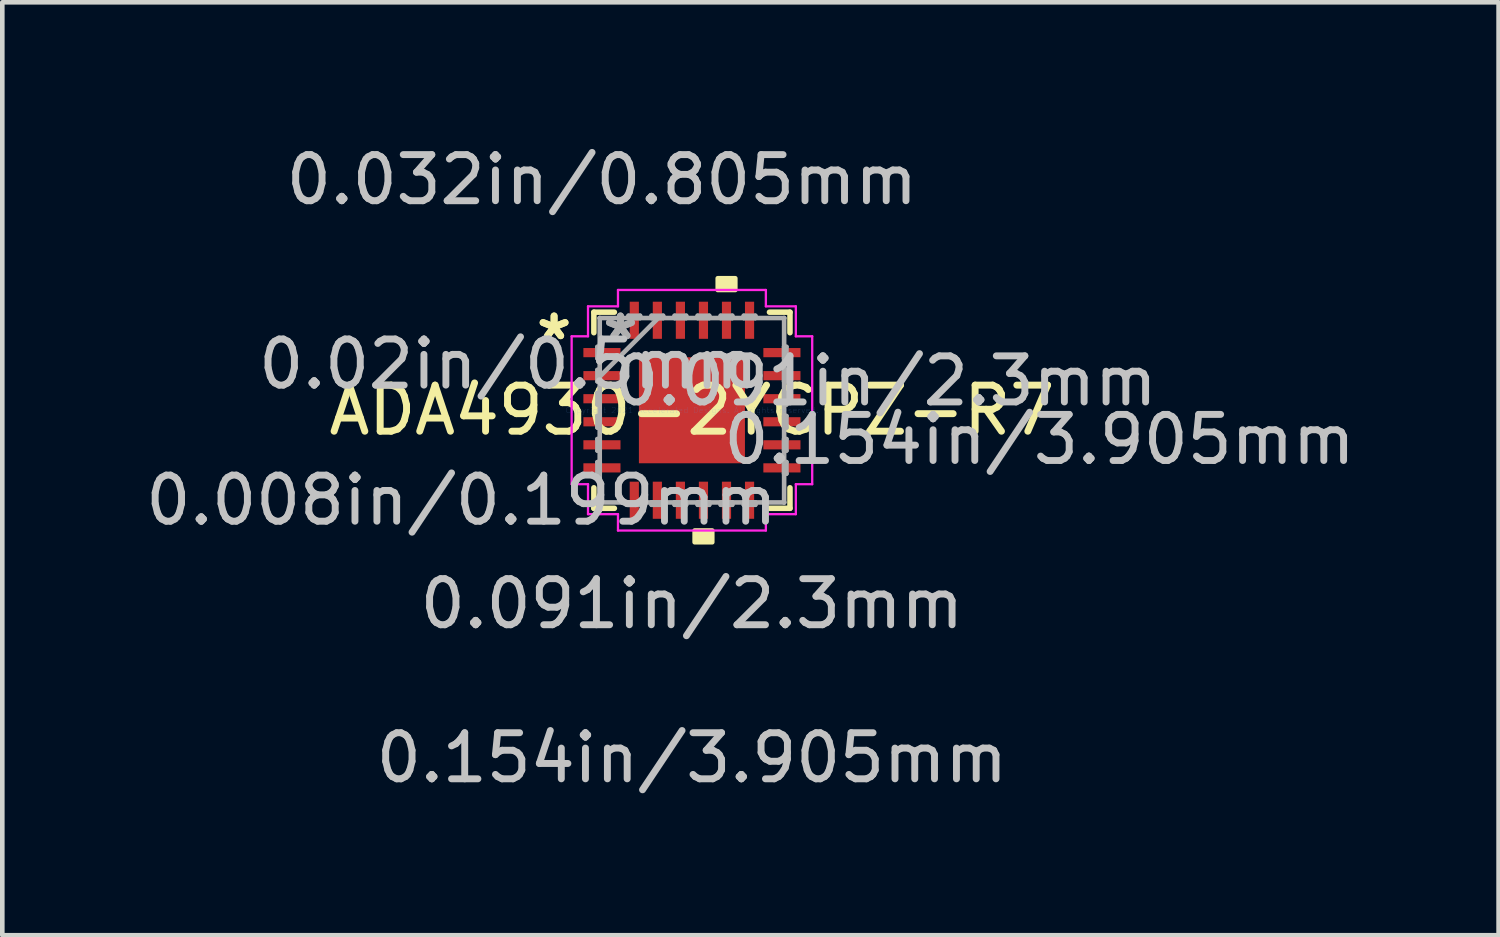
<source format=kicad_pcb>
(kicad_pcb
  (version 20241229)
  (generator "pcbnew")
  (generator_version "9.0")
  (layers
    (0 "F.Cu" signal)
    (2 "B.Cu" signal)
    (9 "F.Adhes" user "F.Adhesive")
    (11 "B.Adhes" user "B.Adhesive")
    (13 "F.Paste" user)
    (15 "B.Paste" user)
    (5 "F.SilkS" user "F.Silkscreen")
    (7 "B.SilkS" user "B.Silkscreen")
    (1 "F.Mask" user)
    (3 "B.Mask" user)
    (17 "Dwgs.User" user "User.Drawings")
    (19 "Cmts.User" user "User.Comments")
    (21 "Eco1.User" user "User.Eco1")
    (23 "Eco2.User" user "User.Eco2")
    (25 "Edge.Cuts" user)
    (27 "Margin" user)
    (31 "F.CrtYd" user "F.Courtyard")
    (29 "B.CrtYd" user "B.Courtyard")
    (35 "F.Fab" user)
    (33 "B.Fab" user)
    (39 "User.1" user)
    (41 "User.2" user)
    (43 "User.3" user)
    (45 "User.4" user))
  (footprint "ADA4930-2YCPZ-R7"
    (layer "F.Cu")
    (at 11.959 5.849)
    (property "Reference" "ADA4930-2YCPZ-R7" (at 0 0 0) (layer "F.SilkS") (effects (font (size 1 1) (thickness 0.15))))
    (attr through_hole)
    (fp_line (start -2.127 -2.127) (end -2.127 -1.682) (stroke (width 0.12) (type solid)) (layer "F.SilkS"))
    (fp_line (start -2.127 1.682) (end -2.127 2.127) (stroke (width 0.12) (type solid)) (layer "F.SilkS"))
    (fp_line (start -2.127 2.127) (end -1.682 2.127) (stroke (width 0.12) (type solid)) (layer "F.SilkS"))
    (fp_line (start -1.682 -2.127) (end -2.127 -2.127) (stroke (width 0.12) (type solid)) (layer "F.SilkS"))
    (fp_line (start 1.682 2.127) (end 2.127 2.127) (stroke (width 0.12) (type solid)) (layer "F.SilkS"))
    (fp_line (start 2.127 -2.127) (end 1.682 -2.127) (stroke (width 0.12) (type solid)) (layer "F.SilkS"))
    (fp_line (start 2.127 -1.682) (end 2.127 -2.127) (stroke (width 0.12) (type solid)) (layer "F.SilkS"))
    (fp_line (start 2.127 2.127) (end 2.127 1.682) (stroke (width 0.12) (type solid)) (layer "F.SilkS"))
    (fp_poly (pts (xy 0.059 2.609) (xy 0.059 2.863) (xy 0.441 2.863) (xy 0.441 2.609)) (stroke (width 0.1) (type solid)) (fill yes) (layer "F.SilkS"))
    (fp_poly (pts (xy 0.56 -2.609) (xy 0.56 -2.863) (xy 0.941 -2.863) (xy 0.941 -2.609)) (stroke (width 0.1) (type solid)) (fill yes) (layer "F.SilkS"))
    (fp_line (start -2.609 -1.604) (end -2.254 -1.604) (stroke (width 0.05) (type solid)) (layer "F.CrtYd"))
    (fp_line (start -2.609 1.604) (end -2.609 -1.604) (stroke (width 0.05) (type solid)) (layer "F.CrtYd"))
    (fp_line (start -2.254 -2.254) (end -1.604 -2.254) (stroke (width 0.05) (type solid)) (layer "F.CrtYd"))
    (fp_line (start -2.254 -1.604) (end -2.254 -2.254) (stroke (width 0.05) (type solid)) (layer "F.CrtYd"))
    (fp_line (start -2.254 1.604) (end -2.609 1.604) (stroke (width 0.05) (type solid)) (layer "F.CrtYd"))
    (fp_line (start -2.254 2.254) (end -2.254 1.604) (stroke (width 0.05) (type solid)) (layer "F.CrtYd"))
    (fp_line (start -1.604 -2.609) (end 1.604 -2.609) (stroke (width 0.05) (type solid)) (layer "F.CrtYd"))
    (fp_line (start -1.604 -2.254) (end -1.604 -2.609) (stroke (width 0.05) (type solid)) (layer "F.CrtYd"))
    (fp_line (start -1.604 2.254) (end -2.254 2.254) (stroke (width 0.05) (type solid)) (layer "F.CrtYd"))
    (fp_line (start -1.604 2.609) (end -1.604 2.254) (stroke (width 0.05) (type solid)) (layer "F.CrtYd"))
    (fp_line (start 1.604 -2.609) (end 1.604 -2.254) (stroke (width 0.05) (type solid)) (layer "F.CrtYd"))
    (fp_line (start 1.604 -2.254) (end 2.254 -2.254) (stroke (width 0.05) (type solid)) (layer "F.CrtYd"))
    (fp_line (start 1.604 2.254) (end 1.604 2.609) (stroke (width 0.05) (type solid)) (layer "F.CrtYd"))
    (fp_line (start 1.604 2.609) (end -1.604 2.609) (stroke (width 0.05) (type solid)) (layer "F.CrtYd"))
    (fp_line (start 2.254 -2.254) (end 2.254 -1.604) (stroke (width 0.05) (type solid)) (layer "F.CrtYd"))
    (fp_line (start 2.254 -1.604) (end 2.609 -1.604) (stroke (width 0.05) (type solid)) (layer "F.CrtYd"))
    (fp_line (start 2.254 1.604) (end 2.254 2.254) (stroke (width 0.05) (type solid)) (layer "F.CrtYd"))
    (fp_line (start 2.254 2.254) (end 1.604 2.254) (stroke (width 0.05) (type solid)) (layer "F.CrtYd"))
    (fp_line (start 2.609 -1.604) (end 2.609 1.604) (stroke (width 0.05) (type solid)) (layer "F.CrtYd"))
    (fp_line (start 2.609 1.604) (end 2.254 1.604) (stroke (width 0.05) (type solid)) (layer "F.CrtYd"))
    (fp_line (start -2.05 -1.375) (end -2.05 -1.125) (stroke (width 0.1) (type solid)) (layer "F.Fab"))
    (fp_line (start -2.05 -1.125) (end -2 -1.125) (stroke (width 0.1) (type solid)) (layer "F.Fab"))
    (fp_line (start -2.05 -0.875) (end -2.05 -0.625) (stroke (width 0.1) (type solid)) (layer "F.Fab"))
    (fp_line (start -2.05 -0.625) (end -2 -0.625) (stroke (width 0.1) (type solid)) (layer "F.Fab"))
    (fp_line (start -2.05 -0.375) (end -2.05 -0.125) (stroke (width 0.1) (type solid)) (layer "F.Fab"))
    (fp_line (start -2.05 -0.125) (end -2 -0.125) (stroke (width 0.1) (type solid)) (layer "F.Fab"))
    (fp_line (start -2.05 0.125) (end -2.05 0.375) (stroke (width 0.1) (type solid)) (layer "F.Fab"))
    (fp_line (start -2.05 0.375) (end -2 0.375) (stroke (width 0.1) (type solid)) (layer "F.Fab"))
    (fp_line (start -2.05 0.625) (end -2.05 0.875) (stroke (width 0.1) (type solid)) (layer "F.Fab"))
    (fp_line (start -2.05 0.875) (end -2 0.875) (stroke (width 0.1) (type solid)) (layer "F.Fab"))
    (fp_line (start -2.05 1.125) (end -2.05 1.375) (stroke (width 0.1) (type solid)) (layer "F.Fab"))
    (fp_line (start -2.05 1.375) (end -2 1.375) (stroke (width 0.1) (type solid)) (layer "F.Fab"))
    (fp_line (start -2 -2) (end -2 -2) (stroke (width 0.1) (type solid)) (layer "F.Fab"))
    (fp_line (start -2 -2) (end -2 2) (stroke (width 0.1) (type solid)) (layer "F.Fab"))
    (fp_line (start -2 -1.375) (end -2.05 -1.375) (stroke (width 0.1) (type solid)) (layer "F.Fab"))
    (fp_line (start -2 -1.125) (end -2 -1.375) (stroke (width 0.1) (type solid)) (layer "F.Fab"))
    (fp_line (start -2 -0.875) (end -2.05 -0.875) (stroke (width 0.1) (type solid)) (layer "F.Fab"))
    (fp_line (start -2 -0.73) (end -0.73 -2) (stroke (width 0.1) (type solid)) (layer "F.Fab"))
    (fp_line (start -2 -0.625) (end -2 -0.875) (stroke (width 0.1) (type solid)) (layer "F.Fab"))
    (fp_line (start -2 -0.375) (end -2.05 -0.375) (stroke (width 0.1) (type solid)) (layer "F.Fab"))
    (fp_line (start -2 -0.125) (end -2 -0.375) (stroke (width 0.1) (type solid)) (layer "F.Fab"))
    (fp_line (start -2 0.125) (end -2.05 0.125) (stroke (width 0.1) (type solid)) (layer "F.Fab"))
    (fp_line (start -2 0.375) (end -2 0.125) (stroke (width 0.1) (type solid)) (layer "F.Fab"))
    (fp_line (start -2 0.625) (end -2.05 0.625) (stroke (width 0.1) (type solid)) (layer "F.Fab"))
    (fp_line (start -2 0.875) (end -2 0.625) (stroke (width 0.1) (type solid)) (layer "F.Fab"))
    (fp_line (start -2 1.125) (end -2.05 1.125) (stroke (width 0.1) (type solid)) (layer "F.Fab"))
    (fp_line (start -2 1.375) (end -2 1.125) (stroke (width 0.1) (type solid)) (layer "F.Fab"))
    (fp_line (start -2 2) (end -2 2) (stroke (width 0.1) (type solid)) (layer "F.Fab"))
    (fp_line (start -2 2) (end 2 2) (stroke (width 0.1) (type solid)) (layer "F.Fab"))
    (fp_line (start -1.375 -2.05) (end -1.375 -2) (stroke (width 0.1) (type solid)) (layer "F.Fab"))
    (fp_line (start -1.375 -2) (end -1.125 -2) (stroke (width 0.1) (type solid)) (layer "F.Fab"))
    (fp_line (start -1.375 2) (end -1.375 2.05) (stroke (width 0.1) (type solid)) (layer "F.Fab"))
    (fp_line (start -1.375 2.05) (end -1.125 2.05) (stroke (width 0.1) (type solid)) (layer "F.Fab"))
    (fp_line (start -1.125 -2.05) (end -1.375 -2.05) (stroke (width 0.1) (type solid)) (layer "F.Fab"))
    (fp_line (start -1.125 -2) (end -1.125 -2.05) (stroke (width 0.1) (type solid)) (layer "F.Fab"))
    (fp_line (start -1.125 2) (end -1.375 2) (stroke (width 0.1) (type solid)) (layer "F.Fab"))
    (fp_line (start -1.125 2.05) (end -1.125 2) (stroke (width 0.1) (type solid)) (layer "F.Fab"))
    (fp_line (start -0.875 -2.05) (end -0.875 -2) (stroke (width 0.1) (type solid)) (layer "F.Fab"))
    (fp_line (start -0.875 -2) (end -0.625 -2) (stroke (width 0.1) (type solid)) (layer "F.Fab"))
    (fp_line (start -0.875 2) (end -0.875 2.05) (stroke (width 0.1) (type solid)) (layer "F.Fab"))
    (fp_line (start -0.875 2.05) (end -0.625 2.05) (stroke (width 0.1) (type solid)) (layer "F.Fab"))
    (fp_line (start -0.625 -2.05) (end -0.875 -2.05) (stroke (width 0.1) (type solid)) (layer "F.Fab"))
    (fp_line (start -0.625 -2) (end -0.625 -2.05) (stroke (width 0.1) (type solid)) (layer "F.Fab"))
    (fp_line (start -0.625 2) (end -0.875 2) (stroke (width 0.1) (type solid)) (layer "F.Fab"))
    (fp_line (start -0.625 2.05) (end -0.625 2) (stroke (width 0.1) (type solid)) (layer "F.Fab"))
    (fp_line (start -0.375 -2.05) (end -0.375 -2) (stroke (width 0.1) (type solid)) (layer "F.Fab"))
    (fp_line (start -0.375 -2) (end -0.125 -2) (stroke (width 0.1) (type solid)) (layer "F.Fab"))
    (fp_line (start -0.375 2) (end -0.375 2.05) (stroke (width 0.1) (type solid)) (layer "F.Fab"))
    (fp_line (start -0.375 2.05) (end -0.125 2.05) (stroke (width 0.1) (type solid)) (layer "F.Fab"))
    (fp_line (start -0.125 -2.05) (end -0.375 -2.05) (stroke (width 0.1) (type solid)) (layer "F.Fab"))
    (fp_line (start -0.125 -2) (end -0.125 -2.05) (stroke (width 0.1) (type solid)) (layer "F.Fab"))
    (fp_line (start -0.125 2) (end -0.375 2) (stroke (width 0.1) (type solid)) (layer "F.Fab"))
    (fp_line (start -0.125 2.05) (end -0.125 2) (stroke (width 0.1) (type solid)) (layer "F.Fab"))
    (fp_line (start 0.125 -2.05) (end 0.125 -2) (stroke (width 0.1) (type solid)) (layer "F.Fab"))
    (fp_line (start 0.125 -2) (end 0.375 -2) (stroke (width 0.1) (type solid)) (layer "F.Fab"))
    (fp_line (start 0.125 2) (end 0.125 2.05) (stroke (width 0.1) (type solid)) (layer "F.Fab"))
    (fp_line (start 0.125 2.05) (end 0.375 2.05) (stroke (width 0.1) (type solid)) (layer "F.Fab"))
    (fp_line (start 0.375 -2.05) (end 0.125 -2.05) (stroke (width 0.1) (type solid)) (layer "F.Fab"))
    (fp_line (start 0.375 -2) (end 0.375 -2.05) (stroke (width 0.1) (type solid)) (layer "F.Fab"))
    (fp_line (start 0.375 2) (end 0.125 2) (stroke (width 0.1) (type solid)) (layer "F.Fab"))
    (fp_line (start 0.375 2.05) (end 0.375 2) (stroke (width 0.1) (type solid)) (layer "F.Fab"))
    (fp_line (start 0.625 -2.05) (end 0.625 -2) (stroke (width 0.1) (type solid)) (layer "F.Fab"))
    (fp_line (start 0.625 -2) (end 0.875 -2) (stroke (width 0.1) (type solid)) (layer "F.Fab"))
    (fp_line (start 0.625 2) (end 0.625 2.05) (stroke (width 0.1) (type solid)) (layer "F.Fab"))
    (fp_line (start 0.625 2.05) (end 0.875 2.05) (stroke (width 0.1) (type solid)) (layer "F.Fab"))
    (fp_line (start 0.875 -2.05) (end 0.625 -2.05) (stroke (width 0.1) (type solid)) (layer "F.Fab"))
    (fp_line (start 0.875 -2) (end 0.875 -2.05) (stroke (width 0.1) (type solid)) (layer "F.Fab"))
    (fp_line (start 0.875 2) (end 0.625 2) (stroke (width 0.1) (type solid)) (layer "F.Fab"))
    (fp_line (start 0.875 2.05) (end 0.875 2) (stroke (width 0.1) (type solid)) (layer "F.Fab"))
    (fp_line (start 1.125 -2.05) (end 1.125 -2) (stroke (width 0.1) (type solid)) (layer "F.Fab"))
    (fp_line (start 1.125 -2) (end 1.375 -2) (stroke (width 0.1) (type solid)) (layer "F.Fab"))
    (fp_line (start 1.125 2) (end 1.125 2.05) (stroke (width 0.1) (type solid)) (layer "F.Fab"))
    (fp_line (start 1.125 2.05) (end 1.375 2.05) (stroke (width 0.1) (type solid)) (layer "F.Fab"))
    (fp_line (start 1.375 -2.05) (end 1.125 -2.05) (stroke (width 0.1) (type solid)) (layer "F.Fab"))
    (fp_line (start 1.375 -2) (end 1.375 -2.05) (stroke (width 0.1) (type solid)) (layer "F.Fab"))
    (fp_line (start 1.375 2) (end 1.125 2) (stroke (width 0.1) (type solid)) (layer "F.Fab"))
    (fp_line (start 1.375 2.05) (end 1.375 2) (stroke (width 0.1) (type solid)) (layer "F.Fab"))
    (fp_line (start 2 -2) (end -2 -2) (stroke (width 0.1) (type solid)) (layer "F.Fab"))
    (fp_line (start 2 -2) (end 2 -2) (stroke (width 0.1) (type solid)) (layer "F.Fab"))
    (fp_line (start 2 -1.375) (end 2 -1.125) (stroke (width 0.1) (type solid)) (layer "F.Fab"))
    (fp_line (start 2 -1.125) (end 2.05 -1.125) (stroke (width 0.1) (type solid)) (layer "F.Fab"))
    (fp_line (start 2 -0.875) (end 2 -0.625) (stroke (width 0.1) (type solid)) (layer "F.Fab"))
    (fp_line (start 2 -0.625) (end 2.05 -0.625) (stroke (width 0.1) (type solid)) (layer "F.Fab"))
    (fp_line (start 2 -0.375) (end 2 -0.125) (stroke (width 0.1) (type solid)) (layer "F.Fab"))
    (fp_line (start 2 -0.125) (end 2.05 -0.125) (stroke (width 0.1) (type solid)) (layer "F.Fab"))
    (fp_line (start 2 0.125) (end 2 0.375) (stroke (width 0.1) (type solid)) (layer "F.Fab"))
    (fp_line (start 2 0.375) (end 2.05 0.375) (stroke (width 0.1) (type solid)) (layer "F.Fab"))
    (fp_line (start 2 0.625) (end 2 0.875) (stroke (width 0.1) (type solid)) (layer "F.Fab"))
    (fp_line (start 2 0.875) (end 2.05 0.875) (stroke (width 0.1) (type solid)) (layer "F.Fab"))
    (fp_line (start 2 1.125) (end 2 1.375) (stroke (width 0.1) (type solid)) (layer "F.Fab"))
    (fp_line (start 2 1.375) (end 2.05 1.375) (stroke (width 0.1) (type solid)) (layer "F.Fab"))
    (fp_line (start 2 2) (end 2 -2) (stroke (width 0.1) (type solid)) (layer "F.Fab"))
    (fp_line (start 2 2) (end 2 2) (stroke (width 0.1) (type solid)) (layer "F.Fab"))
    (fp_line (start 2.05 -1.375) (end 2 -1.375) (stroke (width 0.1) (type solid)) (layer "F.Fab"))
    (fp_line (start 2.05 -1.125) (end 2.05 -1.375) (stroke (width 0.1) (type solid)) (layer "F.Fab"))
    (fp_line (start 2.05 -0.875) (end 2 -0.875) (stroke (width 0.1) (type solid)) (layer "F.Fab"))
    (fp_line (start 2.05 -0.625) (end 2.05 -0.875) (stroke (width 0.1) (type solid)) (layer "F.Fab"))
    (fp_line (start 2.05 -0.375) (end 2 -0.375) (stroke (width 0.1) (type solid)) (layer "F.Fab"))
    (fp_line (start 2.05 -0.125) (end 2.05 -0.375) (stroke (width 0.1) (type solid)) (layer "F.Fab"))
    (fp_line (start 2.05 0.125) (end 2 0.125) (stroke (width 0.1) (type solid)) (layer "F.Fab"))
    (fp_line (start 2.05 0.375) (end 2.05 0.125) (stroke (width 0.1) (type solid)) (layer "F.Fab"))
    (fp_line (start 2.05 0.625) (end 2 0.625) (stroke (width 0.1) (type solid)) (layer "F.Fab"))
    (fp_line (start 2.05 0.875) (end 2.05 0.625) (stroke (width 0.1) (type solid)) (layer "F.Fab"))
    (fp_line (start 2.05 1.125) (end 2 1.125) (stroke (width 0.1) (type solid)) (layer "F.Fab"))
    (fp_line (start 2.05 1.375) (end 2.05 1.125) (stroke (width 0.1) (type solid)) (layer "F.Fab"))
    (fp_text user "*" (at -2.99 -1.5 0) (layer "F.SilkS") (effects (font (size 1 1) (thickness 0.15))))
    (fp_text user "*" (at -2.99 -1.5 0) (layer "F.SilkS") (effects (font (size 1 1) (thickness 0.15))))
    (fp_text user "0.154in/3.905mm" (at 7.54 0.635 0) (layer "Dwgs.User") (effects (font (size 1 1) (thickness 0.15))))
    (fp_text user "0.032in/0.805mm" (at -1.952 -5 0) (layer "Dwgs.User") (effects (font (size 1 1) (thickness 0.15))))
    (fp_text user "0.091in/2.3mm" (at 0 4.198 0) (layer "Dwgs.User") (effects (font (size 1 1) (thickness 0.15))))
    (fp_text user "0.091in/2.3mm" (at 4.198 -0.635 0) (layer "Dwgs.User") (effects (font (size 1 1) (thickness 0.15))))
    (fp_text user "0.02in/0.5mm" (at -3.98 -1 0) (layer "Dwgs.User") (effects (font (size 1 1) (thickness 0.15))))
    (fp_text user "0.008in/0.199mm" (at -5 1.952 0) (layer "Dwgs.User") (effects (font (size 1 1) (thickness 0.15))))
    (fp_text user "0.154in/3.905mm" (at 0 7.54 0) (layer "Dwgs.User") (effects (font (size 1 1) (thickness 0.15))))
    (fp_text user "Copyright 2021 Accelerated Designs. All rights reserved." (at 0 0 0) (layer "Cmts.User") (effects (font (size 0.127 0.127) (thickness 0.002))))
    (fp_text user "*" (at -1.55 -1.5 0) (layer "F.Fab") (effects (font (size 1 1) (thickness 0.15))))
    (fp_text user "*" (at -1.55 -1.5 0) (layer "F.Fab") (effects (font (size 1 1) (thickness 0.15))))
    (pad "1" smd rect (at -1.952 -1.25 90) (size 0.199 0.805) (layers "F.Cu" "F.Mask" "F.Paste"))
    (pad "2" smd rect (at -1.952 -0.75 90) (size 0.199 0.805) (layers "F.Cu" "F.Mask" "F.Paste"))
    (pad "3" smd rect (at -1.952 -0.25 90) (size 0.199 0.805) (layers "F.Cu" "F.Mask" "F.Paste"))
    (pad "4" smd rect (at -1.952 0.25 90) (size 0.199 0.805) (layers "F.Cu" "F.Mask" "F.Paste"))
    (pad "5" smd rect (at -1.952 0.75 90) (size 0.199 0.805) (layers "F.Cu" "F.Mask" "F.Paste"))
    (pad "6" smd rect (at -1.952 1.25 90) (size 0.199 0.805) (layers "F.Cu" "F.Mask" "F.Paste"))
    (pad "7" smd rect (at -1.25 1.952) (size 0.199 0.805) (layers "F.Cu" "F.Mask" "F.Paste"))
    (pad "8" smd rect (at -0.75 1.952) (size 0.199 0.805) (layers "F.Cu" "F.Mask" "F.Paste"))
    (pad "9" smd rect (at -0.25 1.952) (size 0.199 0.805) (layers "F.Cu" "F.Mask" "F.Paste"))
    (pad "10" smd rect (at 0.25 1.952) (size 0.199 0.805) (layers "F.Cu" "F.Mask" "F.Paste"))
    (pad "11" smd rect (at 0.75 1.952) (size 0.199 0.805) (layers "F.Cu" "F.Mask" "F.Paste"))
    (pad "12" smd rect (at 1.25 1.952) (size 0.199 0.805) (layers "F.Cu" "F.Mask" "F.Paste"))
    (pad "13" smd rect (at 1.952 1.25 90) (size 0.199 0.805) (layers "F.Cu" "F.Mask" "F.Paste"))
    (pad "14" smd rect (at 1.952 0.75 90) (size 0.199 0.805) (layers "F.Cu" "F.Mask" "F.Paste"))
    (pad "15" smd rect (at 1.952 0.25 90) (size 0.199 0.805) (layers "F.Cu" "F.Mask" "F.Paste"))
    (pad "16" smd rect (at 1.952 -0.25 90) (size 0.199 0.805) (layers "F.Cu" "F.Mask" "F.Paste"))
    (pad "17" smd rect (at 1.952 -0.75 90) (size 0.199 0.805) (layers "F.Cu" "F.Mask" "F.Paste"))
    (pad "18" smd rect (at 1.952 -1.25 90) (size 0.199 0.805) (layers "F.Cu" "F.Mask" "F.Paste"))
    (pad "19" smd rect (at 1.25 -1.952) (size 0.199 0.805) (layers "F.Cu" "F.Mask" "F.Paste"))
    (pad "20" smd rect (at 0.75 -1.952) (size 0.199 0.805) (layers "F.Cu" "F.Mask" "F.Paste"))
    (pad "21" smd rect (at 0.25 -1.952) (size 0.199 0.805) (layers "F.Cu" "F.Mask" "F.Paste"))
    (pad "22" smd rect (at -0.25 -1.952) (size 0.199 0.805) (layers "F.Cu" "F.Mask" "F.Paste"))
    (pad "23" smd rect (at -0.75 -1.952) (size 0.199 0.805) (layers "F.Cu" "F.Mask" "F.Paste"))
    (pad "24" smd rect (at -1.25 -1.952) (size 0.199 0.805) (layers "F.Cu" "F.Mask" "F.Paste"))
    (pad "25" smd rect (at 0 0) (size 2.3 2.3) (layers "F.Cu" "F.Mask" "F.Paste")))
  (gr_rect
    (start -3 -3)
    (end 29.457 17.237)
    (stroke (width 0.1) (type default))
    (fill no)
    (layer "Edge.Cuts")))
</source>
